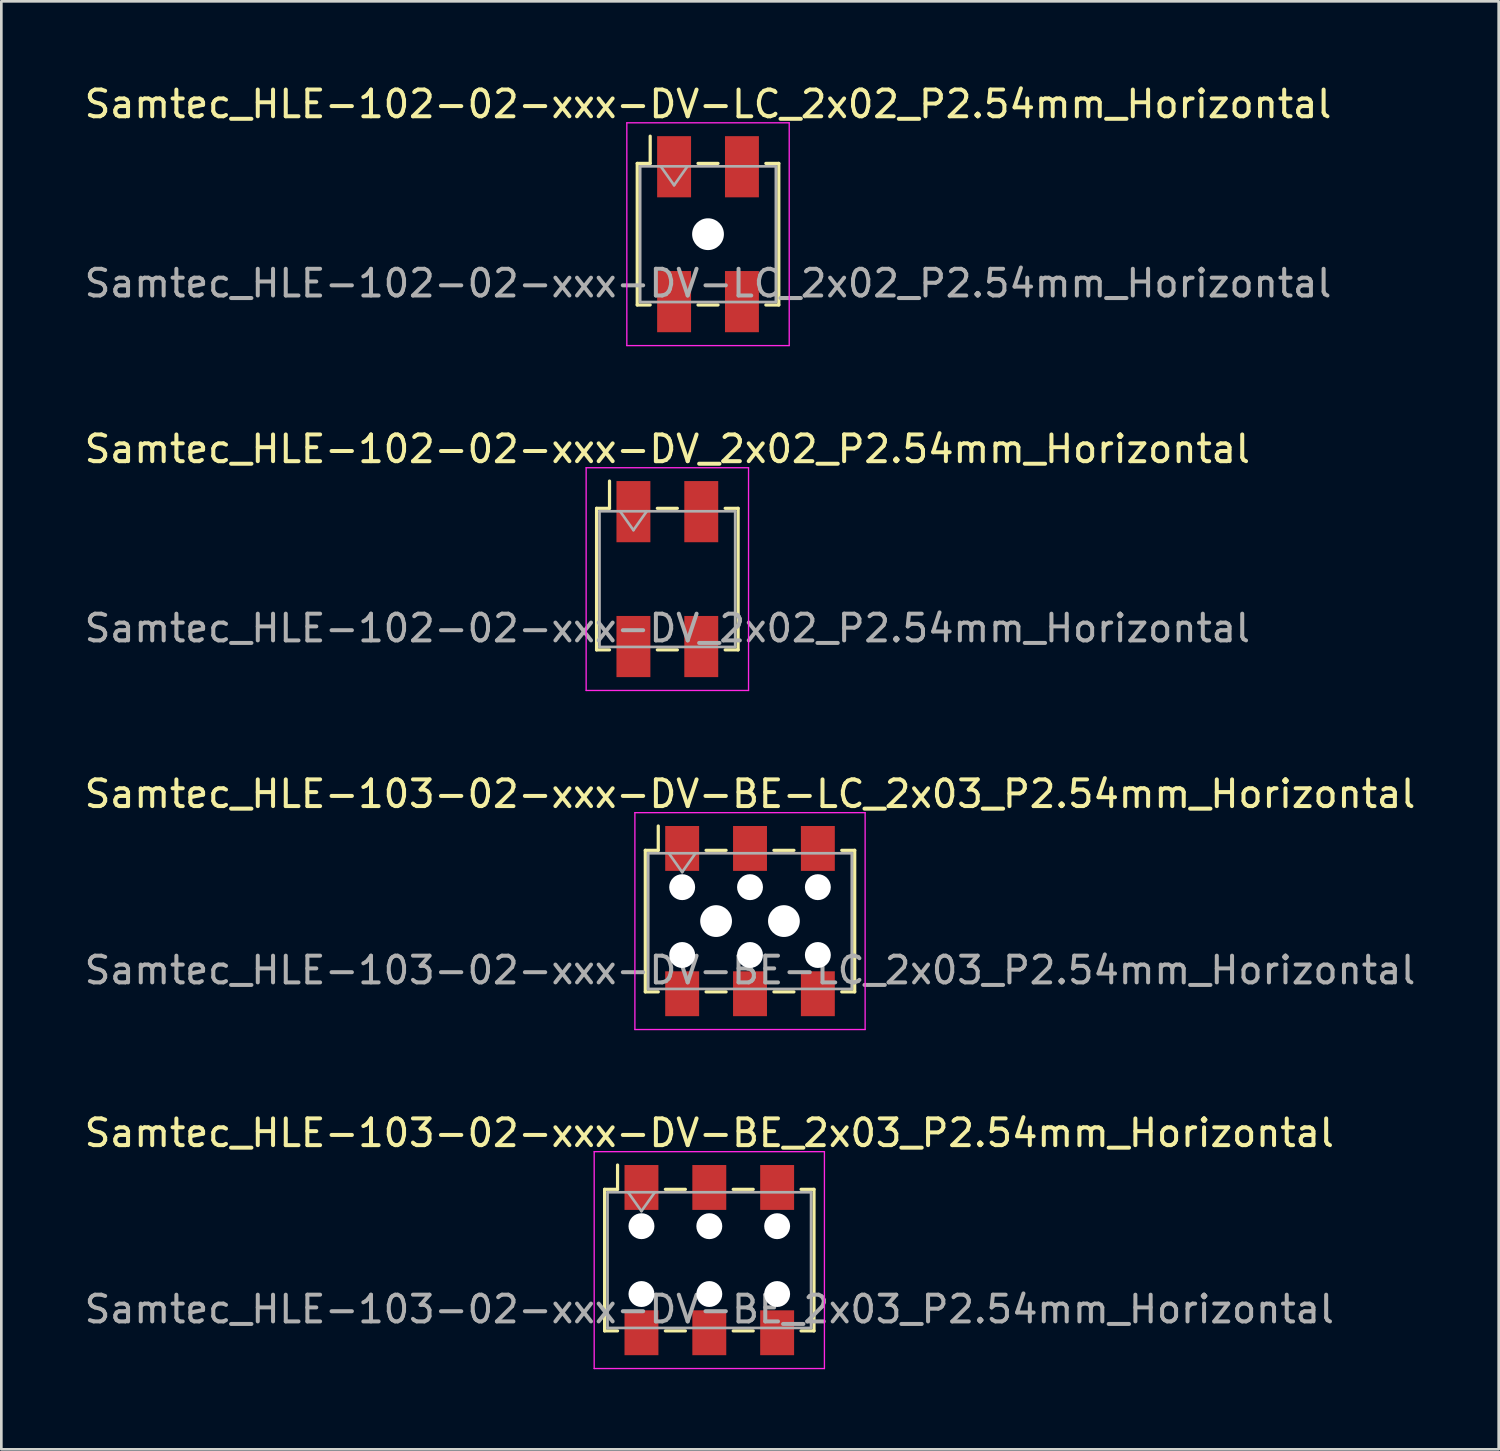
<source format=kicad_pcb>
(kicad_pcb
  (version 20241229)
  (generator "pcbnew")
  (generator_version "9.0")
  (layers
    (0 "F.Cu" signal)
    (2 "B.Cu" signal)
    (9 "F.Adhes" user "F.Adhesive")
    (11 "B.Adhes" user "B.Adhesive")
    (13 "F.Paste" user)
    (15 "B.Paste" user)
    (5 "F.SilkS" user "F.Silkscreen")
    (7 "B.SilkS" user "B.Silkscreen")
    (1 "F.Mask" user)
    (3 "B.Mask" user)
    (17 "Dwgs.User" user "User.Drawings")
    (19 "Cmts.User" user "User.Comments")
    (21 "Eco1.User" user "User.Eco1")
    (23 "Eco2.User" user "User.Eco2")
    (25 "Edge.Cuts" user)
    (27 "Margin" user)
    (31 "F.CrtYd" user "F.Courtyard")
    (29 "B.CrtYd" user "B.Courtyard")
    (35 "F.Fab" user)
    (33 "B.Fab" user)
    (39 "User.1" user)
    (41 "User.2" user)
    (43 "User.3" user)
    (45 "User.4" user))
  (footprint "Samtec_HLE-102-02-xxx-DV-LC_2x02_P2.54mm_Horizontal"
    (layer "F.Cu")
    (at 23.458 5.718)
    (property "Reference" "Samtec_HLE-102-02-xxx-DV-LC_2x02_P2.54mm_Horizontal" (at 0 -4.87 0) (layer "F.SilkS") (effects (font (size 1 1) (thickness 0.15))))
    (attr smd)
    (fp_line (start -2.65 -2.65) (end -2.65 2.65) (stroke (width 0.12) (type solid)) (layer "F.SilkS"))
    (fp_line (start -2.65 2.65) (end -2.165 2.65) (stroke (width 0.12) (type solid)) (layer "F.SilkS"))
    (fp_line (start -2.165 -3.67) (end -2.165 -2.65) (stroke (width 0.12) (type solid)) (layer "F.SilkS"))
    (fp_line (start -2.165 -2.65) (end -2.65 -2.65) (stroke (width 0.12) (type solid)) (layer "F.SilkS"))
    (fp_line (start -0.375 -2.65) (end 0.375 -2.65) (stroke (width 0.12) (type solid)) (layer "F.SilkS"))
    (fp_line (start -0.375 2.65) (end 0.375 2.65) (stroke (width 0.12) (type solid)) (layer "F.SilkS"))
    (fp_line (start 2.165 -2.65) (end 2.65 -2.65) (stroke (width 0.12) (type solid)) (layer "F.SilkS"))
    (fp_line (start 2.65 -2.65) (end 2.65 2.65) (stroke (width 0.12) (type solid)) (layer "F.SilkS"))
    (fp_line (start 2.65 2.65) (end 2.165 2.65) (stroke (width 0.12) (type solid)) (layer "F.SilkS"))
    (fp_line (start -3.04 -4.17) (end 3.04 -4.17) (stroke (width 0.05) (type solid)) (layer "F.CrtYd"))
    (fp_line (start -3.04 4.17) (end -3.04 -4.17) (stroke (width 0.05) (type solid)) (layer "F.CrtYd"))
    (fp_line (start 3.04 -4.17) (end 3.04 4.17) (stroke (width 0.05) (type solid)) (layer "F.CrtYd"))
    (fp_line (start 3.04 4.17) (end -3.04 4.17) (stroke (width 0.05) (type solid)) (layer "F.CrtYd"))
    (fp_line (start -2.54 -2.54) (end 2.54 -2.54) (stroke (width 0.1) (type solid)) (layer "F.Fab"))
    (fp_line (start -2.54 2.54) (end -2.54 -2.54) (stroke (width 0.1) (type solid)) (layer "F.Fab"))
    (fp_line (start -1.77 -2.54) (end -1.27 -1.833) (stroke (width 0.1) (type solid)) (layer "F.Fab"))
    (fp_line (start -1.27 -1.833) (end -0.77 -2.54) (stroke (width 0.1) (type solid)) (layer "F.Fab"))
    (fp_line (start 2.54 -2.54) (end 2.54 2.54) (stroke (width 0.1) (type solid)) (layer "F.Fab"))
    (fp_line (start 2.54 2.54) (end -2.54 2.54) (stroke (width 0.1) (type solid)) (layer "F.Fab"))
    (fp_text user "${REFERENCE}" (at 0 1.84 0) (layer "F.Fab") (effects (font (size 1 1) (thickness 0.15))))
    (pad "" np_thru_hole circle (at 0 0) (size 1.19 1.19) (drill 1.19) (layers "*.Cu" "*.Mask"))
    (pad "1" smd rect (at -1.27 -2.525) (size 1.27 2.29) (layers "F.Cu" "F.Mask" "F.Paste"))
    (pad "2" smd rect (at -1.27 2.525) (size 1.27 2.29) (layers "F.Cu" "F.Mask" "F.Paste"))
    (pad "3" smd rect (at 1.27 -2.525) (size 1.27 2.29) (layers "F.Cu" "F.Mask" "F.Paste"))
    (pad "4" smd rect (at 1.27 2.525) (size 1.27 2.29) (layers "F.Cu" "F.Mask" "F.Paste")))
  (footprint "Samtec_HLE-103-02-xxx-DV-BE_2x03_P2.54mm_Horizontal"
    (layer "F.Cu")
    (at 23.506 44.128)
    (property "Reference" "Samtec_HLE-103-02-xxx-DV-BE_2x03_P2.54mm_Horizontal" (at 0 -4.76 0) (layer "F.SilkS") (effects (font (size 1 1) (thickness 0.15))))
    (attr smd)
    (fp_line (start -3.92 -2.65) (end -3.92 2.65) (stroke (width 0.12) (type solid)) (layer "F.SilkS"))
    (fp_line (start -3.92 2.65) (end -3.435 2.65) (stroke (width 0.12) (type solid)) (layer "F.SilkS"))
    (fp_line (start -3.435 -3.56) (end -3.435 -2.65) (stroke (width 0.12) (type solid)) (layer "F.SilkS"))
    (fp_line (start -3.435 -2.65) (end -3.92 -2.65) (stroke (width 0.12) (type solid)) (layer "F.SilkS"))
    (fp_line (start -1.645 -2.65) (end -0.895 -2.65) (stroke (width 0.12) (type solid)) (layer "F.SilkS"))
    (fp_line (start -1.645 2.65) (end -0.895 2.65) (stroke (width 0.12) (type solid)) (layer "F.SilkS"))
    (fp_line (start 0.895 -2.65) (end 1.645 -2.65) (stroke (width 0.12) (type solid)) (layer "F.SilkS"))
    (fp_line (start 0.895 2.65) (end 1.645 2.65) (stroke (width 0.12) (type solid)) (layer "F.SilkS"))
    (fp_line (start 3.435 -2.65) (end 3.92 -2.65) (stroke (width 0.12) (type solid)) (layer "F.SilkS"))
    (fp_line (start 3.92 -2.65) (end 3.92 2.65) (stroke (width 0.12) (type solid)) (layer "F.SilkS"))
    (fp_line (start 3.92 2.65) (end 3.435 2.65) (stroke (width 0.12) (type solid)) (layer "F.SilkS"))
    (fp_line (start -4.31 -4.06) (end 4.31 -4.06) (stroke (width 0.05) (type solid)) (layer "F.CrtYd"))
    (fp_line (start -4.31 4.06) (end -4.31 -4.06) (stroke (width 0.05) (type solid)) (layer "F.CrtYd"))
    (fp_line (start 4.31 -4.06) (end 4.31 4.06) (stroke (width 0.05) (type solid)) (layer "F.CrtYd"))
    (fp_line (start 4.31 4.06) (end -4.31 4.06) (stroke (width 0.05) (type solid)) (layer "F.CrtYd"))
    (fp_line (start -3.81 -2.54) (end 3.81 -2.54) (stroke (width 0.1) (type solid)) (layer "F.Fab"))
    (fp_line (start -3.81 2.54) (end -3.81 -2.54) (stroke (width 0.1) (type solid)) (layer "F.Fab"))
    (fp_line (start -3.04 -2.54) (end -2.54 -1.833) (stroke (width 0.1) (type solid)) (layer "F.Fab"))
    (fp_line (start -2.54 -1.833) (end -2.04 -2.54) (stroke (width 0.1) (type solid)) (layer "F.Fab"))
    (fp_line (start 3.81 -2.54) (end 3.81 2.54) (stroke (width 0.1) (type solid)) (layer "F.Fab"))
    (fp_line (start 3.81 2.54) (end -3.81 2.54) (stroke (width 0.1) (type solid)) (layer "F.Fab"))
    (fp_text user "${REFERENCE}" (at 0 1.84 0) (layer "F.Fab") (effects (font (size 1 1) (thickness 0.15))))
    (pad "" np_thru_hole circle (at -2.54 -1.27) (size 0.97 0.97) (drill 0.97) (layers "*.Cu" "*.Mask"))
    (pad "" np_thru_hole circle (at -2.54 1.27) (size 0.97 0.97) (drill 0.97) (layers "*.Cu" "*.Mask"))
    (pad "" np_thru_hole circle (at 0 -1.27) (size 0.97 0.97) (drill 0.97) (layers "*.Cu" "*.Mask"))
    (pad "" np_thru_hole circle (at 0 1.27) (size 0.97 0.97) (drill 0.97) (layers "*.Cu" "*.Mask"))
    (pad "" np_thru_hole circle (at 2.54 -1.27) (size 0.97 0.97) (drill 0.97) (layers "*.Cu" "*.Mask"))
    (pad "" np_thru_hole circle (at 2.54 1.27) (size 0.97 0.97) (drill 0.97) (layers "*.Cu" "*.Mask"))
    (pad "1" smd rect (at -2.54 -2.72) (size 1.27 1.68) (layers "F.Cu" "F.Mask" "F.Paste"))
    (pad "2" smd rect (at -2.54 2.72) (size 1.27 1.68) (layers "F.Cu" "F.Mask" "F.Paste"))
    (pad "3" smd rect (at 0 -2.72) (size 1.27 1.68) (layers "F.Cu" "F.Mask" "F.Paste"))
    (pad "4" smd rect (at 0 2.72) (size 1.27 1.68) (layers "F.Cu" "F.Mask" "F.Paste"))
    (pad "5" smd rect (at 2.54 -2.72) (size 1.27 1.68) (layers "F.Cu" "F.Mask" "F.Paste"))
    (pad "6" smd rect (at 2.54 2.72) (size 1.27 1.68) (layers "F.Cu" "F.Mask" "F.Paste")))
  (footprint "Samtec_HLE-103-02-xxx-DV-BE-LC_2x03_P2.54mm_Horizontal"
    (layer "F.Cu")
    (at 25.03 31.435)
    (property "Reference" "Samtec_HLE-103-02-xxx-DV-BE-LC_2x03_P2.54mm_Horizontal" (at 0 -4.76 0) (layer "F.SilkS") (effects (font (size 1 1) (thickness 0.15))))
    (attr smd)
    (fp_line (start -3.92 -2.65) (end -3.92 2.65) (stroke (width 0.12) (type solid)) (layer "F.SilkS"))
    (fp_line (start -3.92 2.65) (end -3.435 2.65) (stroke (width 0.12) (type solid)) (layer "F.SilkS"))
    (fp_line (start -3.435 -3.56) (end -3.435 -2.65) (stroke (width 0.12) (type solid)) (layer "F.SilkS"))
    (fp_line (start -3.435 -2.65) (end -3.92 -2.65) (stroke (width 0.12) (type solid)) (layer "F.SilkS"))
    (fp_line (start -1.645 -2.65) (end -0.895 -2.65) (stroke (width 0.12) (type solid)) (layer "F.SilkS"))
    (fp_line (start -1.645 2.65) (end -0.895 2.65) (stroke (width 0.12) (type solid)) (layer "F.SilkS"))
    (fp_line (start 0.895 -2.65) (end 1.645 -2.65) (stroke (width 0.12) (type solid)) (layer "F.SilkS"))
    (fp_line (start 0.895 2.65) (end 1.645 2.65) (stroke (width 0.12) (type solid)) (layer "F.SilkS"))
    (fp_line (start 3.435 -2.65) (end 3.92 -2.65) (stroke (width 0.12) (type solid)) (layer "F.SilkS"))
    (fp_line (start 3.92 -2.65) (end 3.92 2.65) (stroke (width 0.12) (type solid)) (layer "F.SilkS"))
    (fp_line (start 3.92 2.65) (end 3.435 2.65) (stroke (width 0.12) (type solid)) (layer "F.SilkS"))
    (fp_line (start -4.31 -4.06) (end 4.31 -4.06) (stroke (width 0.05) (type solid)) (layer "F.CrtYd"))
    (fp_line (start -4.31 4.06) (end -4.31 -4.06) (stroke (width 0.05) (type solid)) (layer "F.CrtYd"))
    (fp_line (start 4.31 -4.06) (end 4.31 4.06) (stroke (width 0.05) (type solid)) (layer "F.CrtYd"))
    (fp_line (start 4.31 4.06) (end -4.31 4.06) (stroke (width 0.05) (type solid)) (layer "F.CrtYd"))
    (fp_line (start -3.81 -2.54) (end 3.81 -2.54) (stroke (width 0.1) (type solid)) (layer "F.Fab"))
    (fp_line (start -3.81 2.54) (end -3.81 -2.54) (stroke (width 0.1) (type solid)) (layer "F.Fab"))
    (fp_line (start -3.04 -2.54) (end -2.54 -1.833) (stroke (width 0.1) (type solid)) (layer "F.Fab"))
    (fp_line (start -2.54 -1.833) (end -2.04 -2.54) (stroke (width 0.1) (type solid)) (layer "F.Fab"))
    (fp_line (start 3.81 -2.54) (end 3.81 2.54) (stroke (width 0.1) (type solid)) (layer "F.Fab"))
    (fp_line (start 3.81 2.54) (end -3.81 2.54) (stroke (width 0.1) (type solid)) (layer "F.Fab"))
    (fp_text user "${REFERENCE}" (at 0 1.84 0) (layer "F.Fab") (effects (font (size 1 1) (thickness 0.15))))
    (pad "" np_thru_hole circle (at -2.54 -1.27) (size 0.97 0.97) (drill 0.97) (layers "*.Cu" "*.Mask"))
    (pad "" np_thru_hole circle (at -2.54 1.27) (size 0.97 0.97) (drill 0.97) (layers "*.Cu" "*.Mask"))
    (pad "" np_thru_hole circle (at -1.27 0) (size 1.19 1.19) (drill 1.19) (layers "*.Cu" "*.Mask"))
    (pad "" np_thru_hole circle (at 0 -1.27) (size 0.97 0.97) (drill 0.97) (layers "*.Cu" "*.Mask"))
    (pad "" np_thru_hole circle (at 0 1.27) (size 0.97 0.97) (drill 0.97) (layers "*.Cu" "*.Mask"))
    (pad "" np_thru_hole circle (at 1.27 0) (size 1.19 1.19) (drill 1.19) (layers "*.Cu" "*.Mask"))
    (pad "" np_thru_hole circle (at 2.54 -1.27) (size 0.97 0.97) (drill 0.97) (layers "*.Cu" "*.Mask"))
    (pad "" np_thru_hole circle (at 2.54 1.27) (size 0.97 0.97) (drill 0.97) (layers "*.Cu" "*.Mask"))
    (pad "1" smd rect (at -2.54 -2.72) (size 1.27 1.68) (layers "F.Cu" "F.Mask" "F.Paste"))
    (pad "2" smd rect (at -2.54 2.72) (size 1.27 1.68) (layers "F.Cu" "F.Mask" "F.Paste"))
    (pad "3" smd rect (at 0 -2.72) (size 1.27 1.68) (layers "F.Cu" "F.Mask" "F.Paste"))
    (pad "4" smd rect (at 0 2.72) (size 1.27 1.68) (layers "F.Cu" "F.Mask" "F.Paste"))
    (pad "5" smd rect (at 2.54 -2.72) (size 1.27 1.68) (layers "F.Cu" "F.Mask" "F.Paste"))
    (pad "6" smd rect (at 2.54 2.72) (size 1.27 1.68) (layers "F.Cu" "F.Mask" "F.Paste")))
  (footprint "Samtec_HLE-102-02-xxx-DV_2x02_P2.54mm_Horizontal"
    (layer "F.Cu")
    (at 21.935 18.631)
    (property "Reference" "Samtec_HLE-102-02-xxx-DV_2x02_P2.54mm_Horizontal" (at 0 -4.87 0) (layer "F.SilkS") (effects (font (size 1 1) (thickness 0.15))))
    (attr smd)
    (fp_line (start -2.65 -2.65) (end -2.65 2.65) (stroke (width 0.12) (type solid)) (layer "F.SilkS"))
    (fp_line (start -2.65 2.65) (end -2.165 2.65) (stroke (width 0.12) (type solid)) (layer "F.SilkS"))
    (fp_line (start -2.165 -3.67) (end -2.165 -2.65) (stroke (width 0.12) (type solid)) (layer "F.SilkS"))
    (fp_line (start -2.165 -2.65) (end -2.65 -2.65) (stroke (width 0.12) (type solid)) (layer "F.SilkS"))
    (fp_line (start -0.375 -2.65) (end 0.375 -2.65) (stroke (width 0.12) (type solid)) (layer "F.SilkS"))
    (fp_line (start -0.375 2.65) (end 0.375 2.65) (stroke (width 0.12) (type solid)) (layer "F.SilkS"))
    (fp_line (start 2.165 -2.65) (end 2.65 -2.65) (stroke (width 0.12) (type solid)) (layer "F.SilkS"))
    (fp_line (start 2.65 -2.65) (end 2.65 2.65) (stroke (width 0.12) (type solid)) (layer "F.SilkS"))
    (fp_line (start 2.65 2.65) (end 2.165 2.65) (stroke (width 0.12) (type solid)) (layer "F.SilkS"))
    (fp_line (start -3.04 -4.17) (end 3.04 -4.17) (stroke (width 0.05) (type solid)) (layer "F.CrtYd"))
    (fp_line (start -3.04 4.17) (end -3.04 -4.17) (stroke (width 0.05) (type solid)) (layer "F.CrtYd"))
    (fp_line (start 3.04 -4.17) (end 3.04 4.17) (stroke (width 0.05) (type solid)) (layer "F.CrtYd"))
    (fp_line (start 3.04 4.17) (end -3.04 4.17) (stroke (width 0.05) (type solid)) (layer "F.CrtYd"))
    (fp_line (start -2.54 -2.54) (end 2.54 -2.54) (stroke (width 0.1) (type solid)) (layer "F.Fab"))
    (fp_line (start -2.54 2.54) (end -2.54 -2.54) (stroke (width 0.1) (type solid)) (layer "F.Fab"))
    (fp_line (start -1.77 -2.54) (end -1.27 -1.833) (stroke (width 0.1) (type solid)) (layer "F.Fab"))
    (fp_line (start -1.27 -1.833) (end -0.77 -2.54) (stroke (width 0.1) (type solid)) (layer "F.Fab"))
    (fp_line (start 2.54 -2.54) (end 2.54 2.54) (stroke (width 0.1) (type solid)) (layer "F.Fab"))
    (fp_line (start 2.54 2.54) (end -2.54 2.54) (stroke (width 0.1) (type solid)) (layer "F.Fab"))
    (fp_text user "${REFERENCE}" (at 0 1.84 0) (layer "F.Fab") (effects (font (size 1 1) (thickness 0.15))))
    (pad "1" smd rect (at -1.27 -2.525) (size 1.27 2.29) (layers "F.Cu" "F.Mask" "F.Paste"))
    (pad "2" smd rect (at -1.27 2.525) (size 1.27 2.29) (layers "F.Cu" "F.Mask" "F.Paste"))
    (pad "3" smd rect (at 1.27 -2.525) (size 1.27 2.29) (layers "F.Cu" "F.Mask" "F.Paste"))
    (pad "4" smd rect (at 1.27 2.525) (size 1.27 2.29) (layers "F.Cu" "F.Mask" "F.Paste")))
  (gr_rect
    (start -3 -3)
    (end 53.06 51.213)
    (stroke (width 0.1) (type default))
    (fill no)
    (layer "Edge.Cuts")))
</source>
